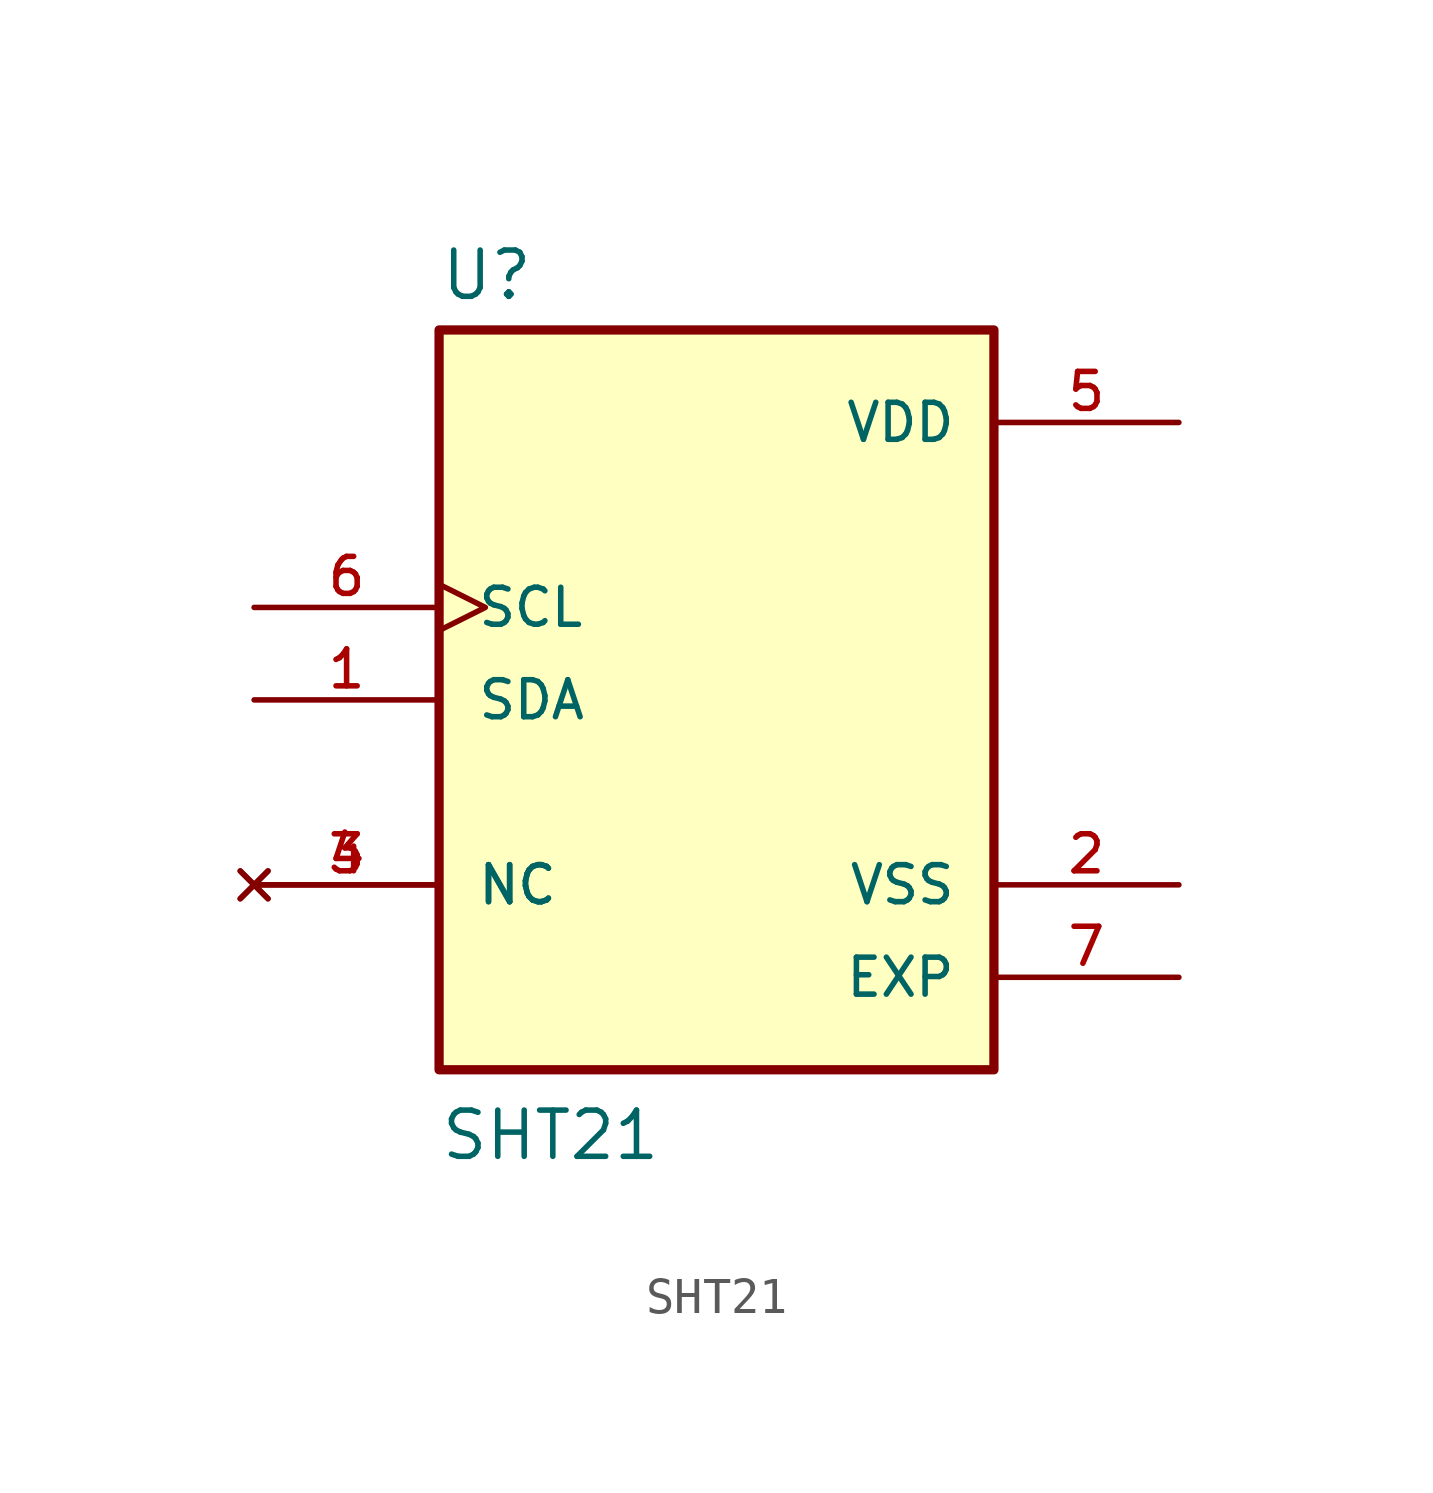
<source format=kicad_sym>
(kicad_symbol_lib
  (version 20211014)
  (generator kicad_symbol_editor)
  (symbol "SHT21"
    (pin_names
      (offset 1.016))
    (property "Reference" "U"
      (at -7.62 10.922 0)
      (effects (font (size 1.27 1.27)) (justify bottom left)))
    (property "Value" "SHT21"
      (at -7.62 -12.7 0)
      (effects (font (size 1.27 1.27)) (justify bottom left)))
    (symbol "SHT21_0_0"
      (rectangle (start -7.62 -10.16) (end 7.62 10.16) (stroke (width 0.254)) (fill (type background)))
      (pin bidirectional line (at -12.7 0.0 0) (length 5.08) (name "SDA" (effects (font (size 1.016 1.016)))) (number "1" (effects (font (size 1.016 1.016)))))
      (pin power_in line (at 12.7 -5.08 180.0) (length 5.08) (name "VSS" (effects (font (size 1.016 1.016)))) (number "2" (effects (font (size 1.016 1.016)))))
      (pin no_connect line (at -12.7 -5.08 0) (length 5.08) (name "NC" (effects (font (size 1.016 1.016)))) (number "3" (effects (font (size 1.016 1.016)))))
      (pin no_connect line (at -12.7 -5.08 0) (length 5.08) (name "NC" (effects (font (size 1.016 1.016)))) (number "4" (effects (font (size 1.016 1.016)))))
      (pin power_in line (at 12.7 7.62 180.0) (length 5.08) (name "VDD" (effects (font (size 1.016 1.016)))) (number "5" (effects (font (size 1.016 1.016)))))
      (pin input clock (at -12.7 2.54 0) (length 5.08) (name "SCL" (effects (font (size 1.016 1.016)))) (number "6" (effects (font (size 1.016 1.016)))))
      (pin passive line (at 12.7 -7.62 180.0) (length 5.08) (name "EXP" (effects (font (size 1.016 1.016)))) (number "7" (effects (font (size 1.016 1.016))))))))
</source>
